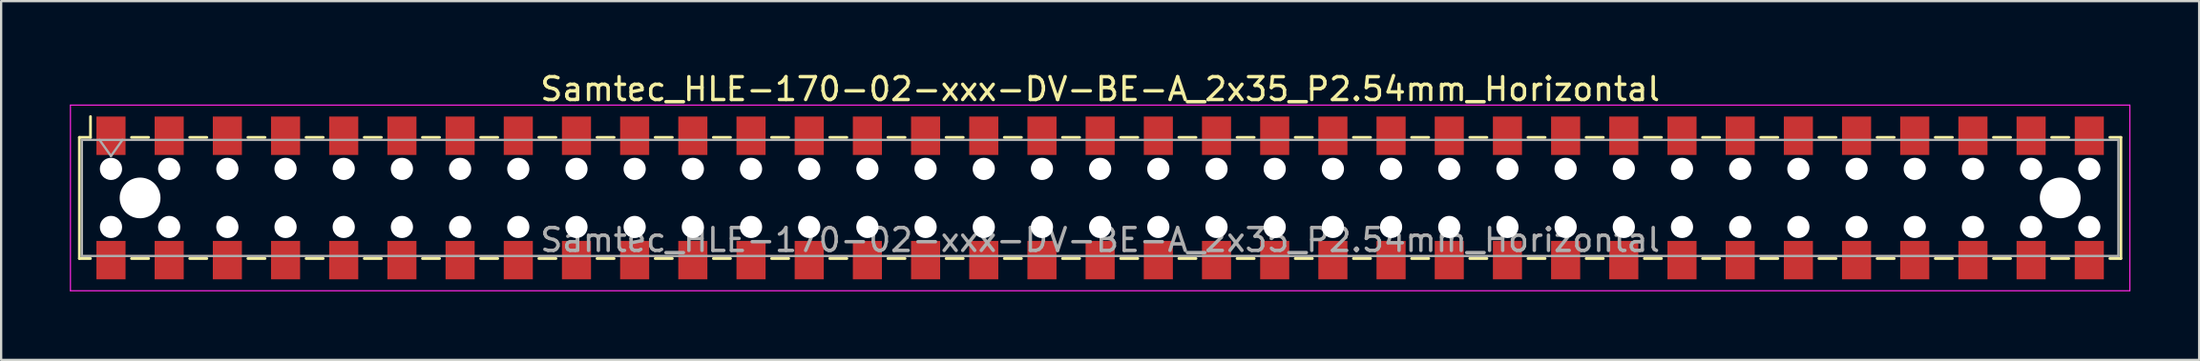
<source format=kicad_pcb>
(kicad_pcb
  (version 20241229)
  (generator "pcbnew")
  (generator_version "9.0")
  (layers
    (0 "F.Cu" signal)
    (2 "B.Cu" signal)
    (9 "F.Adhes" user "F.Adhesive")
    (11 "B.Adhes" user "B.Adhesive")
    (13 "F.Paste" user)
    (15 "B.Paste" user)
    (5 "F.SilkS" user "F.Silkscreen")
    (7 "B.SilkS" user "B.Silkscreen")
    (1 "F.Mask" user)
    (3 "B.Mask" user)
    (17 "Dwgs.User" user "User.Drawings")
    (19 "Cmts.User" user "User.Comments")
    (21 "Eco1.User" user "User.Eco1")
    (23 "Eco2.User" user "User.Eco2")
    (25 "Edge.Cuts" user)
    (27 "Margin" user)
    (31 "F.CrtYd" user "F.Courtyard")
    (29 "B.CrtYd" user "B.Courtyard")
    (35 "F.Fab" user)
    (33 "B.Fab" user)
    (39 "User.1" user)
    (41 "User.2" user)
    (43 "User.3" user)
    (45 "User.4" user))
  (footprint "Samtec_HLE-170-02-xxx-DV-BE-A_2x35_P2.54mm_Horizontal"
    (layer "F.Cu")
    (at 44.975 5.608)
    (property "Reference" "Samtec_HLE-170-02-xxx-DV-BE-A_2x35_P2.54mm_Horizontal" (at 0 -4.76 0) (layer "F.SilkS") (effects (font (size 1 1) (thickness 0.15))))
    (attr smd)
    (fp_line (start -44.56 -2.65) (end -44.56 2.65) (stroke (width 0.12) (type solid)) (layer "F.SilkS"))
    (fp_line (start -44.56 2.65) (end -44.075 2.65) (stroke (width 0.12) (type solid)) (layer "F.SilkS"))
    (fp_line (start -44.075 -3.56) (end -44.075 -2.65) (stroke (width 0.12) (type solid)) (layer "F.SilkS"))
    (fp_line (start -44.075 -2.65) (end -44.56 -2.65) (stroke (width 0.12) (type solid)) (layer "F.SilkS"))
    (fp_line (start -42.285 -2.65) (end -41.535 -2.65) (stroke (width 0.12) (type solid)) (layer "F.SilkS"))
    (fp_line (start -42.285 2.65) (end -41.535 2.65) (stroke (width 0.12) (type solid)) (layer "F.SilkS"))
    (fp_line (start -39.745 -2.65) (end -38.995 -2.65) (stroke (width 0.12) (type solid)) (layer "F.SilkS"))
    (fp_line (start -39.745 2.65) (end -38.995 2.65) (stroke (width 0.12) (type solid)) (layer "F.SilkS"))
    (fp_line (start -37.205 -2.65) (end -36.455 -2.65) (stroke (width 0.12) (type solid)) (layer "F.SilkS"))
    (fp_line (start -37.205 2.65) (end -36.455 2.65) (stroke (width 0.12) (type solid)) (layer "F.SilkS"))
    (fp_line (start -34.665 -2.65) (end -33.915 -2.65) (stroke (width 0.12) (type solid)) (layer "F.SilkS"))
    (fp_line (start -34.665 2.65) (end -33.915 2.65) (stroke (width 0.12) (type solid)) (layer "F.SilkS"))
    (fp_line (start -32.125 -2.65) (end -31.375 -2.65) (stroke (width 0.12) (type solid)) (layer "F.SilkS"))
    (fp_line (start -32.125 2.65) (end -31.375 2.65) (stroke (width 0.12) (type solid)) (layer "F.SilkS"))
    (fp_line (start -29.585 -2.65) (end -28.835 -2.65) (stroke (width 0.12) (type solid)) (layer "F.SilkS"))
    (fp_line (start -29.585 2.65) (end -28.835 2.65) (stroke (width 0.12) (type solid)) (layer "F.SilkS"))
    (fp_line (start -27.045 -2.65) (end -26.295 -2.65) (stroke (width 0.12) (type solid)) (layer "F.SilkS"))
    (fp_line (start -27.045 2.65) (end -26.295 2.65) (stroke (width 0.12) (type solid)) (layer "F.SilkS"))
    (fp_line (start -24.505 -2.65) (end -23.755 -2.65) (stroke (width 0.12) (type solid)) (layer "F.SilkS"))
    (fp_line (start -24.505 2.65) (end -23.755 2.65) (stroke (width 0.12) (type solid)) (layer "F.SilkS"))
    (fp_line (start -21.965 -2.65) (end -21.215 -2.65) (stroke (width 0.12) (type solid)) (layer "F.SilkS"))
    (fp_line (start -21.965 2.65) (end -21.215 2.65) (stroke (width 0.12) (type solid)) (layer "F.SilkS"))
    (fp_line (start -19.425 -2.65) (end -18.675 -2.65) (stroke (width 0.12) (type solid)) (layer "F.SilkS"))
    (fp_line (start -19.425 2.65) (end -18.675 2.65) (stroke (width 0.12) (type solid)) (layer "F.SilkS"))
    (fp_line (start -16.885 -2.65) (end -16.135 -2.65) (stroke (width 0.12) (type solid)) (layer "F.SilkS"))
    (fp_line (start -16.885 2.65) (end -16.135 2.65) (stroke (width 0.12) (type solid)) (layer "F.SilkS"))
    (fp_line (start -14.345 -2.65) (end -13.595 -2.65) (stroke (width 0.12) (type solid)) (layer "F.SilkS"))
    (fp_line (start -14.345 2.65) (end -13.595 2.65) (stroke (width 0.12) (type solid)) (layer "F.SilkS"))
    (fp_line (start -11.805 -2.65) (end -11.055 -2.65) (stroke (width 0.12) (type solid)) (layer "F.SilkS"))
    (fp_line (start -11.805 2.65) (end -11.055 2.65) (stroke (width 0.12) (type solid)) (layer "F.SilkS"))
    (fp_line (start -9.265 -2.65) (end -8.515 -2.65) (stroke (width 0.12) (type solid)) (layer "F.SilkS"))
    (fp_line (start -9.265 2.65) (end -8.515 2.65) (stroke (width 0.12) (type solid)) (layer "F.SilkS"))
    (fp_line (start -6.725 -2.65) (end -5.975 -2.65) (stroke (width 0.12) (type solid)) (layer "F.SilkS"))
    (fp_line (start -6.725 2.65) (end -5.975 2.65) (stroke (width 0.12) (type solid)) (layer "F.SilkS"))
    (fp_line (start -4.185 -2.65) (end -3.435 -2.65) (stroke (width 0.12) (type solid)) (layer "F.SilkS"))
    (fp_line (start -4.185 2.65) (end -3.435 2.65) (stroke (width 0.12) (type solid)) (layer "F.SilkS"))
    (fp_line (start -1.645 -2.65) (end -0.895 -2.65) (stroke (width 0.12) (type solid)) (layer "F.SilkS"))
    (fp_line (start -1.645 2.65) (end -0.895 2.65) (stroke (width 0.12) (type solid)) (layer "F.SilkS"))
    (fp_line (start 0.895 -2.65) (end 1.645 -2.65) (stroke (width 0.12) (type solid)) (layer "F.SilkS"))
    (fp_line (start 0.895 2.65) (end 1.645 2.65) (stroke (width 0.12) (type solid)) (layer "F.SilkS"))
    (fp_line (start 3.435 -2.65) (end 4.185 -2.65) (stroke (width 0.12) (type solid)) (layer "F.SilkS"))
    (fp_line (start 3.435 2.65) (end 4.185 2.65) (stroke (width 0.12) (type solid)) (layer "F.SilkS"))
    (fp_line (start 5.975 -2.65) (end 6.725 -2.65) (stroke (width 0.12) (type solid)) (layer "F.SilkS"))
    (fp_line (start 5.975 2.65) (end 6.725 2.65) (stroke (width 0.12) (type solid)) (layer "F.SilkS"))
    (fp_line (start 8.515 -2.65) (end 9.265 -2.65) (stroke (width 0.12) (type solid)) (layer "F.SilkS"))
    (fp_line (start 8.515 2.65) (end 9.265 2.65) (stroke (width 0.12) (type solid)) (layer "F.SilkS"))
    (fp_line (start 11.055 -2.65) (end 11.805 -2.65) (stroke (width 0.12) (type solid)) (layer "F.SilkS"))
    (fp_line (start 11.055 2.65) (end 11.805 2.65) (stroke (width 0.12) (type solid)) (layer "F.SilkS"))
    (fp_line (start 13.595 -2.65) (end 14.345 -2.65) (stroke (width 0.12) (type solid)) (layer "F.SilkS"))
    (fp_line (start 13.595 2.65) (end 14.345 2.65) (stroke (width 0.12) (type solid)) (layer "F.SilkS"))
    (fp_line (start 16.135 -2.65) (end 16.885 -2.65) (stroke (width 0.12) (type solid)) (layer "F.SilkS"))
    (fp_line (start 16.135 2.65) (end 16.885 2.65) (stroke (width 0.12) (type solid)) (layer "F.SilkS"))
    (fp_line (start 18.675 -2.65) (end 19.425 -2.65) (stroke (width 0.12) (type solid)) (layer "F.SilkS"))
    (fp_line (start 18.675 2.65) (end 19.425 2.65) (stroke (width 0.12) (type solid)) (layer "F.SilkS"))
    (fp_line (start 21.215 -2.65) (end 21.965 -2.65) (stroke (width 0.12) (type solid)) (layer "F.SilkS"))
    (fp_line (start 21.215 2.65) (end 21.965 2.65) (stroke (width 0.12) (type solid)) (layer "F.SilkS"))
    (fp_line (start 23.755 -2.65) (end 24.505 -2.65) (stroke (width 0.12) (type solid)) (layer "F.SilkS"))
    (fp_line (start 23.755 2.65) (end 24.505 2.65) (stroke (width 0.12) (type solid)) (layer "F.SilkS"))
    (fp_line (start 26.295 -2.65) (end 27.045 -2.65) (stroke (width 0.12) (type solid)) (layer "F.SilkS"))
    (fp_line (start 26.295 2.65) (end 27.045 2.65) (stroke (width 0.12) (type solid)) (layer "F.SilkS"))
    (fp_line (start 28.835 -2.65) (end 29.585 -2.65) (stroke (width 0.12) (type solid)) (layer "F.SilkS"))
    (fp_line (start 28.835 2.65) (end 29.585 2.65) (stroke (width 0.12) (type solid)) (layer "F.SilkS"))
    (fp_line (start 31.375 -2.65) (end 32.125 -2.65) (stroke (width 0.12) (type solid)) (layer "F.SilkS"))
    (fp_line (start 31.375 2.65) (end 32.125 2.65) (stroke (width 0.12) (type solid)) (layer "F.SilkS"))
    (fp_line (start 33.915 -2.65) (end 34.665 -2.65) (stroke (width 0.12) (type solid)) (layer "F.SilkS"))
    (fp_line (start 33.915 2.65) (end 34.665 2.65) (stroke (width 0.12) (type solid)) (layer "F.SilkS"))
    (fp_line (start 36.455 -2.65) (end 37.205 -2.65) (stroke (width 0.12) (type solid)) (layer "F.SilkS"))
    (fp_line (start 36.455 2.65) (end 37.205 2.65) (stroke (width 0.12) (type solid)) (layer "F.SilkS"))
    (fp_line (start 38.995 -2.65) (end 39.745 -2.65) (stroke (width 0.12) (type solid)) (layer "F.SilkS"))
    (fp_line (start 38.995 2.65) (end 39.745 2.65) (stroke (width 0.12) (type solid)) (layer "F.SilkS"))
    (fp_line (start 41.535 -2.65) (end 42.285 -2.65) (stroke (width 0.12) (type solid)) (layer "F.SilkS"))
    (fp_line (start 41.535 2.65) (end 42.285 2.65) (stroke (width 0.12) (type solid)) (layer "F.SilkS"))
    (fp_line (start 44.075 -2.65) (end 44.56 -2.65) (stroke (width 0.12) (type solid)) (layer "F.SilkS"))
    (fp_line (start 44.56 -2.65) (end 44.56 2.65) (stroke (width 0.12) (type solid)) (layer "F.SilkS"))
    (fp_line (start 44.56 2.65) (end 44.075 2.65) (stroke (width 0.12) (type solid)) (layer "F.SilkS"))
    (fp_line (start -44.95 -4.06) (end 44.95 -4.06) (stroke (width 0.05) (type solid)) (layer "F.CrtYd"))
    (fp_line (start -44.95 4.06) (end -44.95 -4.06) (stroke (width 0.05) (type solid)) (layer "F.CrtYd"))
    (fp_line (start 44.95 -4.06) (end 44.95 4.06) (stroke (width 0.05) (type solid)) (layer "F.CrtYd"))
    (fp_line (start 44.95 4.06) (end -44.95 4.06) (stroke (width 0.05) (type solid)) (layer "F.CrtYd"))
    (fp_line (start -44.45 -2.54) (end 44.45 -2.54) (stroke (width 0.1) (type solid)) (layer "F.Fab"))
    (fp_line (start -44.45 2.54) (end -44.45 -2.54) (stroke (width 0.1) (type solid)) (layer "F.Fab"))
    (fp_line (start -43.68 -2.54) (end -43.18 -1.833) (stroke (width 0.1) (type solid)) (layer "F.Fab"))
    (fp_line (start -43.18 -1.833) (end -42.68 -2.54) (stroke (width 0.1) (type solid)) (layer "F.Fab"))
    (fp_line (start 44.45 -2.54) (end 44.45 2.54) (stroke (width 0.1) (type solid)) (layer "F.Fab"))
    (fp_line (start 44.45 2.54) (end -44.45 2.54) (stroke (width 0.1) (type solid)) (layer "F.Fab"))
    (fp_text user "${REFERENCE}" (at 0 1.84 0) (layer "F.Fab") (effects (font (size 1 1) (thickness 0.15))))
    (pad "" np_thru_hole circle (at -43.18 -1.27) (size 0.97 0.97) (drill 0.97) (layers "*.Cu" "*.Mask"))
    (pad "" np_thru_hole circle (at -43.18 1.27) (size 0.97 0.97) (drill 0.97) (layers "*.Cu" "*.Mask"))
    (pad "" np_thru_hole circle (at -41.91 0) (size 1.78 1.78) (drill 1.78) (layers "*.Cu" "*.Mask"))
    (pad "" np_thru_hole circle (at -40.64 -1.27) (size 0.97 0.97) (drill 0.97) (layers "*.Cu" "*.Mask"))
    (pad "" np_thru_hole circle (at -40.64 1.27) (size 0.97 0.97) (drill 0.97) (layers "*.Cu" "*.Mask"))
    (pad "" np_thru_hole circle (at -38.1 -1.27) (size 0.97 0.97) (drill 0.97) (layers "*.Cu" "*.Mask"))
    (pad "" np_thru_hole circle (at -38.1 1.27) (size 0.97 0.97) (drill 0.97) (layers "*.Cu" "*.Mask"))
    (pad "" np_thru_hole circle (at -35.56 -1.27) (size 0.97 0.97) (drill 0.97) (layers "*.Cu" "*.Mask"))
    (pad "" np_thru_hole circle (at -35.56 1.27) (size 0.97 0.97) (drill 0.97) (layers "*.Cu" "*.Mask"))
    (pad "" np_thru_hole circle (at -33.02 -1.27) (size 0.97 0.97) (drill 0.97) (layers "*.Cu" "*.Mask"))
    (pad "" np_thru_hole circle (at -33.02 1.27) (size 0.97 0.97) (drill 0.97) (layers "*.Cu" "*.Mask"))
    (pad "" np_thru_hole circle (at -30.48 -1.27) (size 0.97 0.97) (drill 0.97) (layers "*.Cu" "*.Mask"))
    (pad "" np_thru_hole circle (at -30.48 1.27) (size 0.97 0.97) (drill 0.97) (layers "*.Cu" "*.Mask"))
    (pad "" np_thru_hole circle (at -27.94 -1.27) (size 0.97 0.97) (drill 0.97) (layers "*.Cu" "*.Mask"))
    (pad "" np_thru_hole circle (at -27.94 1.27) (size 0.97 0.97) (drill 0.97) (layers "*.Cu" "*.Mask"))
    (pad "" np_thru_hole circle (at -25.4 -1.27) (size 0.97 0.97) (drill 0.97) (layers "*.Cu" "*.Mask"))
    (pad "" np_thru_hole circle (at -25.4 1.27) (size 0.97 0.97) (drill 0.97) (layers "*.Cu" "*.Mask"))
    (pad "" np_thru_hole circle (at -22.86 -1.27) (size 0.97 0.97) (drill 0.97) (layers "*.Cu" "*.Mask"))
    (pad "" np_thru_hole circle (at -22.86 1.27) (size 0.97 0.97) (drill 0.97) (layers "*.Cu" "*.Mask"))
    (pad "" np_thru_hole circle (at -20.32 -1.27) (size 0.97 0.97) (drill 0.97) (layers "*.Cu" "*.Mask"))
    (pad "" np_thru_hole circle (at -20.32 1.27) (size 0.97 0.97) (drill 0.97) (layers "*.Cu" "*.Mask"))
    (pad "" np_thru_hole circle (at -17.78 -1.27) (size 0.97 0.97) (drill 0.97) (layers "*.Cu" "*.Mask"))
    (pad "" np_thru_hole circle (at -17.78 1.27) (size 0.97 0.97) (drill 0.97) (layers "*.Cu" "*.Mask"))
    (pad "" np_thru_hole circle (at -15.24 -1.27) (size 0.97 0.97) (drill 0.97) (layers "*.Cu" "*.Mask"))
    (pad "" np_thru_hole circle (at -15.24 1.27) (size 0.97 0.97) (drill 0.97) (layers "*.Cu" "*.Mask"))
    (pad "" np_thru_hole circle (at -12.7 -1.27) (size 0.97 0.97) (drill 0.97) (layers "*.Cu" "*.Mask"))
    (pad "" np_thru_hole circle (at -12.7 1.27) (size 0.97 0.97) (drill 0.97) (layers "*.Cu" "*.Mask"))
    (pad "" np_thru_hole circle (at -10.16 -1.27) (size 0.97 0.97) (drill 0.97) (layers "*.Cu" "*.Mask"))
    (pad "" np_thru_hole circle (at -10.16 1.27) (size 0.97 0.97) (drill 0.97) (layers "*.Cu" "*.Mask"))
    (pad "" np_thru_hole circle (at -7.62 -1.27) (size 0.97 0.97) (drill 0.97) (layers "*.Cu" "*.Mask"))
    (pad "" np_thru_hole circle (at -7.62 1.27) (size 0.97 0.97) (drill 0.97) (layers "*.Cu" "*.Mask"))
    (pad "" np_thru_hole circle (at -5.08 -1.27) (size 0.97 0.97) (drill 0.97) (layers "*.Cu" "*.Mask"))
    (pad "" np_thru_hole circle (at -5.08 1.27) (size 0.97 0.97) (drill 0.97) (layers "*.Cu" "*.Mask"))
    (pad "" np_thru_hole circle (at -2.54 -1.27) (size 0.97 0.97) (drill 0.97) (layers "*.Cu" "*.Mask"))
    (pad "" np_thru_hole circle (at -2.54 1.27) (size 0.97 0.97) (drill 0.97) (layers "*.Cu" "*.Mask"))
    (pad "" np_thru_hole circle (at 0 -1.27) (size 0.97 0.97) (drill 0.97) (layers "*.Cu" "*.Mask"))
    (pad "" np_thru_hole circle (at 0 1.27) (size 0.97 0.97) (drill 0.97) (layers "*.Cu" "*.Mask"))
    (pad "" np_thru_hole circle (at 2.54 -1.27) (size 0.97 0.97) (drill 0.97) (layers "*.Cu" "*.Mask"))
    (pad "" np_thru_hole circle (at 2.54 1.27) (size 0.97 0.97) (drill 0.97) (layers "*.Cu" "*.Mask"))
    (pad "" np_thru_hole circle (at 5.08 -1.27) (size 0.97 0.97) (drill 0.97) (layers "*.Cu" "*.Mask"))
    (pad "" np_thru_hole circle (at 5.08 1.27) (size 0.97 0.97) (drill 0.97) (layers "*.Cu" "*.Mask"))
    (pad "" np_thru_hole circle (at 7.62 -1.27) (size 0.97 0.97) (drill 0.97) (layers "*.Cu" "*.Mask"))
    (pad "" np_thru_hole circle (at 7.62 1.27) (size 0.97 0.97) (drill 0.97) (layers "*.Cu" "*.Mask"))
    (pad "" np_thru_hole circle (at 10.16 -1.27) (size 0.97 0.97) (drill 0.97) (layers "*.Cu" "*.Mask"))
    (pad "" np_thru_hole circle (at 10.16 1.27) (size 0.97 0.97) (drill 0.97) (layers "*.Cu" "*.Mask"))
    (pad "" np_thru_hole circle (at 12.7 -1.27) (size 0.97 0.97) (drill 0.97) (layers "*.Cu" "*.Mask"))
    (pad "" np_thru_hole circle (at 12.7 1.27) (size 0.97 0.97) (drill 0.97) (layers "*.Cu" "*.Mask"))
    (pad "" np_thru_hole circle (at 15.24 -1.27) (size 0.97 0.97) (drill 0.97) (layers "*.Cu" "*.Mask"))
    (pad "" np_thru_hole circle (at 15.24 1.27) (size 0.97 0.97) (drill 0.97) (layers "*.Cu" "*.Mask"))
    (pad "" np_thru_hole circle (at 17.78 -1.27) (size 0.97 0.97) (drill 0.97) (layers "*.Cu" "*.Mask"))
    (pad "" np_thru_hole circle (at 17.78 1.27) (size 0.97 0.97) (drill 0.97) (layers "*.Cu" "*.Mask"))
    (pad "" np_thru_hole circle (at 20.32 -1.27) (size 0.97 0.97) (drill 0.97) (layers "*.Cu" "*.Mask"))
    (pad "" np_thru_hole circle (at 20.32 1.27) (size 0.97 0.97) (drill 0.97) (layers "*.Cu" "*.Mask"))
    (pad "" np_thru_hole circle (at 22.86 -1.27) (size 0.97 0.97) (drill 0.97) (layers "*.Cu" "*.Mask"))
    (pad "" np_thru_hole circle (at 22.86 1.27) (size 0.97 0.97) (drill 0.97) (layers "*.Cu" "*.Mask"))
    (pad "" np_thru_hole circle (at 25.4 -1.27) (size 0.97 0.97) (drill 0.97) (layers "*.Cu" "*.Mask"))
    (pad "" np_thru_hole circle (at 25.4 1.27) (size 0.97 0.97) (drill 0.97) (layers "*.Cu" "*.Mask"))
    (pad "" np_thru_hole circle (at 27.94 -1.27) (size 0.97 0.97) (drill 0.97) (layers "*.Cu" "*.Mask"))
    (pad "" np_thru_hole circle (at 27.94 1.27) (size 0.97 0.97) (drill 0.97) (layers "*.Cu" "*.Mask"))
    (pad "" np_thru_hole circle (at 30.48 -1.27) (size 0.97 0.97) (drill 0.97) (layers "*.Cu" "*.Mask"))
    (pad "" np_thru_hole circle (at 30.48 1.27) (size 0.97 0.97) (drill 0.97) (layers "*.Cu" "*.Mask"))
    (pad "" np_thru_hole circle (at 33.02 -1.27) (size 0.97 0.97) (drill 0.97) (layers "*.Cu" "*.Mask"))
    (pad "" np_thru_hole circle (at 33.02 1.27) (size 0.97 0.97) (drill 0.97) (layers "*.Cu" "*.Mask"))
    (pad "" np_thru_hole circle (at 35.56 -1.27) (size 0.97 0.97) (drill 0.97) (layers "*.Cu" "*.Mask"))
    (pad "" np_thru_hole circle (at 35.56 1.27) (size 0.97 0.97) (drill 0.97) (layers "*.Cu" "*.Mask"))
    (pad "" np_thru_hole circle (at 38.1 -1.27) (size 0.97 0.97) (drill 0.97) (layers "*.Cu" "*.Mask"))
    (pad "" np_thru_hole circle (at 38.1 1.27) (size 0.97 0.97) (drill 0.97) (layers "*.Cu" "*.Mask"))
    (pad "" np_thru_hole circle (at 40.64 -1.27) (size 0.97 0.97) (drill 0.97) (layers "*.Cu" "*.Mask"))
    (pad "" np_thru_hole circle (at 40.64 1.27) (size 0.97 0.97) (drill 0.97) (layers "*.Cu" "*.Mask"))
    (pad "" np_thru_hole circle (at 41.91 0) (size 1.78 1.78) (drill 1.78) (layers "*.Cu" "*.Mask"))
    (pad "" np_thru_hole circle (at 43.18 -1.27) (size 0.97 0.97) (drill 0.97) (layers "*.Cu" "*.Mask"))
    (pad "" np_thru_hole circle (at 43.18 1.27) (size 0.97 0.97) (drill 0.97) (layers "*.Cu" "*.Mask"))
    (pad "1" smd rect (at -43.18 -2.72) (size 1.27 1.68) (layers "F.Cu" "F.Mask" "F.Paste"))
    (pad "2" smd rect (at -43.18 2.72) (size 1.27 1.68) (layers "F.Cu" "F.Mask" "F.Paste"))
    (pad "3" smd rect (at -40.64 -2.72) (size 1.27 1.68) (layers "F.Cu" "F.Mask" "F.Paste"))
    (pad "4" smd rect (at -40.64 2.72) (size 1.27 1.68) (layers "F.Cu" "F.Mask" "F.Paste"))
    (pad "5" smd rect (at -38.1 -2.72) (size 1.27 1.68) (layers "F.Cu" "F.Mask" "F.Paste"))
    (pad "6" smd rect (at -38.1 2.72) (size 1.27 1.68) (layers "F.Cu" "F.Mask" "F.Paste"))
    (pad "7" smd rect (at -35.56 -2.72) (size 1.27 1.68) (layers "F.Cu" "F.Mask" "F.Paste"))
    (pad "8" smd rect (at -35.56 2.72) (size 1.27 1.68) (layers "F.Cu" "F.Mask" "F.Paste"))
    (pad "9" smd rect (at -33.02 -2.72) (size 1.27 1.68) (layers "F.Cu" "F.Mask" "F.Paste"))
    (pad "10" smd rect (at -33.02 2.72) (size 1.27 1.68) (layers "F.Cu" "F.Mask" "F.Paste"))
    (pad "11" smd rect (at -30.48 -2.72) (size 1.27 1.68) (layers "F.Cu" "F.Mask" "F.Paste"))
    (pad "12" smd rect (at -30.48 2.72) (size 1.27 1.68) (layers "F.Cu" "F.Mask" "F.Paste"))
    (pad "13" smd rect (at -27.94 -2.72) (size 1.27 1.68) (layers "F.Cu" "F.Mask" "F.Paste"))
    (pad "14" smd rect (at -27.94 2.72) (size 1.27 1.68) (layers "F.Cu" "F.Mask" "F.Paste"))
    (pad "15" smd rect (at -25.4 -2.72) (size 1.27 1.68) (layers "F.Cu" "F.Mask" "F.Paste"))
    (pad "16" smd rect (at -25.4 2.72) (size 1.27 1.68) (layers "F.Cu" "F.Mask" "F.Paste"))
    (pad "17" smd rect (at -22.86 -2.72) (size 1.27 1.68) (layers "F.Cu" "F.Mask" "F.Paste"))
    (pad "18" smd rect (at -22.86 2.72) (size 1.27 1.68) (layers "F.Cu" "F.Mask" "F.Paste"))
    (pad "19" smd rect (at -20.32 -2.72) (size 1.27 1.68) (layers "F.Cu" "F.Mask" "F.Paste"))
    (pad "20" smd rect (at -20.32 2.72) (size 1.27 1.68) (layers "F.Cu" "F.Mask" "F.Paste"))
    (pad "21" smd rect (at -17.78 -2.72) (size 1.27 1.68) (layers "F.Cu" "F.Mask" "F.Paste"))
    (pad "22" smd rect (at -17.78 2.72) (size 1.27 1.68) (layers "F.Cu" "F.Mask" "F.Paste"))
    (pad "23" smd rect (at -15.24 -2.72) (size 1.27 1.68) (layers "F.Cu" "F.Mask" "F.Paste"))
    (pad "24" smd rect (at -15.24 2.72) (size 1.27 1.68) (layers "F.Cu" "F.Mask" "F.Paste"))
    (pad "25" smd rect (at -12.7 -2.72) (size 1.27 1.68) (layers "F.Cu" "F.Mask" "F.Paste"))
    (pad "26" smd rect (at -12.7 2.72) (size 1.27 1.68) (layers "F.Cu" "F.Mask" "F.Paste"))
    (pad "27" smd rect (at -10.16 -2.72) (size 1.27 1.68) (layers "F.Cu" "F.Mask" "F.Paste"))
    (pad "28" smd rect (at -10.16 2.72) (size 1.27 1.68) (layers "F.Cu" "F.Mask" "F.Paste"))
    (pad "29" smd rect (at -7.62 -2.72) (size 1.27 1.68) (layers "F.Cu" "F.Mask" "F.Paste"))
    (pad "30" smd rect (at -7.62 2.72) (size 1.27 1.68) (layers "F.Cu" "F.Mask" "F.Paste"))
    (pad "31" smd rect (at -5.08 -2.72) (size 1.27 1.68) (layers "F.Cu" "F.Mask" "F.Paste"))
    (pad "32" smd rect (at -5.08 2.72) (size 1.27 1.68) (layers "F.Cu" "F.Mask" "F.Paste"))
    (pad "33" smd rect (at -2.54 -2.72) (size 1.27 1.68) (layers "F.Cu" "F.Mask" "F.Paste"))
    (pad "34" smd rect (at -2.54 2.72) (size 1.27 1.68) (layers "F.Cu" "F.Mask" "F.Paste"))
    (pad "35" smd rect (at 0 -2.72) (size 1.27 1.68) (layers "F.Cu" "F.Mask" "F.Paste"))
    (pad "36" smd rect (at 0 2.72) (size 1.27 1.68) (layers "F.Cu" "F.Mask" "F.Paste"))
    (pad "37" smd rect (at 2.54 -2.72) (size 1.27 1.68) (layers "F.Cu" "F.Mask" "F.Paste"))
    (pad "38" smd rect (at 2.54 2.72) (size 1.27 1.68) (layers "F.Cu" "F.Mask" "F.Paste"))
    (pad "39" smd rect (at 5.08 -2.72) (size 1.27 1.68) (layers "F.Cu" "F.Mask" "F.Paste"))
    (pad "40" smd rect (at 5.08 2.72) (size 1.27 1.68) (layers "F.Cu" "F.Mask" "F.Paste"))
    (pad "41" smd rect (at 7.62 -2.72) (size 1.27 1.68) (layers "F.Cu" "F.Mask" "F.Paste"))
    (pad "42" smd rect (at 7.62 2.72) (size 1.27 1.68) (layers "F.Cu" "F.Mask" "F.Paste"))
    (pad "43" smd rect (at 10.16 -2.72) (size 1.27 1.68) (layers "F.Cu" "F.Mask" "F.Paste"))
    (pad "44" smd rect (at 10.16 2.72) (size 1.27 1.68) (layers "F.Cu" "F.Mask" "F.Paste"))
    (pad "45" smd rect (at 12.7 -2.72) (size 1.27 1.68) (layers "F.Cu" "F.Mask" "F.Paste"))
    (pad "46" smd rect (at 12.7 2.72) (size 1.27 1.68) (layers "F.Cu" "F.Mask" "F.Paste"))
    (pad "47" smd rect (at 15.24 -2.72) (size 1.27 1.68) (layers "F.Cu" "F.Mask" "F.Paste"))
    (pad "48" smd rect (at 15.24 2.72) (size 1.27 1.68) (layers "F.Cu" "F.Mask" "F.Paste"))
    (pad "49" smd rect (at 17.78 -2.72) (size 1.27 1.68) (layers "F.Cu" "F.Mask" "F.Paste"))
    (pad "50" smd rect (at 17.78 2.72) (size 1.27 1.68) (layers "F.Cu" "F.Mask" "F.Paste"))
    (pad "51" smd rect (at 20.32 -2.72) (size 1.27 1.68) (layers "F.Cu" "F.Mask" "F.Paste"))
    (pad "52" smd rect (at 20.32 2.72) (size 1.27 1.68) (layers "F.Cu" "F.Mask" "F.Paste"))
    (pad "53" smd rect (at 22.86 -2.72) (size 1.27 1.68) (layers "F.Cu" "F.Mask" "F.Paste"))
    (pad "54" smd rect (at 22.86 2.72) (size 1.27 1.68) (layers "F.Cu" "F.Mask" "F.Paste"))
    (pad "55" smd rect (at 25.4 -2.72) (size 1.27 1.68) (layers "F.Cu" "F.Mask" "F.Paste"))
    (pad "56" smd rect (at 25.4 2.72) (size 1.27 1.68) (layers "F.Cu" "F.Mask" "F.Paste"))
    (pad "57" smd rect (at 27.94 -2.72) (size 1.27 1.68) (layers "F.Cu" "F.Mask" "F.Paste"))
    (pad "58" smd rect (at 27.94 2.72) (size 1.27 1.68) (layers "F.Cu" "F.Mask" "F.Paste"))
    (pad "59" smd rect (at 30.48 -2.72) (size 1.27 1.68) (layers "F.Cu" "F.Mask" "F.Paste"))
    (pad "60" smd rect (at 30.48 2.72) (size 1.27 1.68) (layers "F.Cu" "F.Mask" "F.Paste"))
    (pad "61" smd rect (at 33.02 -2.72) (size 1.27 1.68) (layers "F.Cu" "F.Mask" "F.Paste"))
    (pad "62" smd rect (at 33.02 2.72) (size 1.27 1.68) (layers "F.Cu" "F.Mask" "F.Paste"))
    (pad "63" smd rect (at 35.56 -2.72) (size 1.27 1.68) (layers "F.Cu" "F.Mask" "F.Paste"))
    (pad "64" smd rect (at 35.56 2.72) (size 1.27 1.68) (layers "F.Cu" "F.Mask" "F.Paste"))
    (pad "65" smd rect (at 38.1 -2.72) (size 1.27 1.68) (layers "F.Cu" "F.Mask" "F.Paste"))
    (pad "66" smd rect (at 38.1 2.72) (size 1.27 1.68) (layers "F.Cu" "F.Mask" "F.Paste"))
    (pad "67" smd rect (at 40.64 -2.72) (size 1.27 1.68) (layers "F.Cu" "F.Mask" "F.Paste"))
    (pad "68" smd rect (at 40.64 2.72) (size 1.27 1.68) (layers "F.Cu" "F.Mask" "F.Paste"))
    (pad "69" smd rect (at 43.18 -2.72) (size 1.27 1.68) (layers "F.Cu" "F.Mask" "F.Paste"))
    (pad "70" smd rect (at 43.18 2.72) (size 1.27 1.68) (layers "F.Cu" "F.Mask" "F.Paste")))
  (gr_rect
    (start -3 -3)
    (end 92.95 12.693)
    (stroke (width 0.1) (type default))
    (fill no)
    (layer "Edge.Cuts")))
</source>
